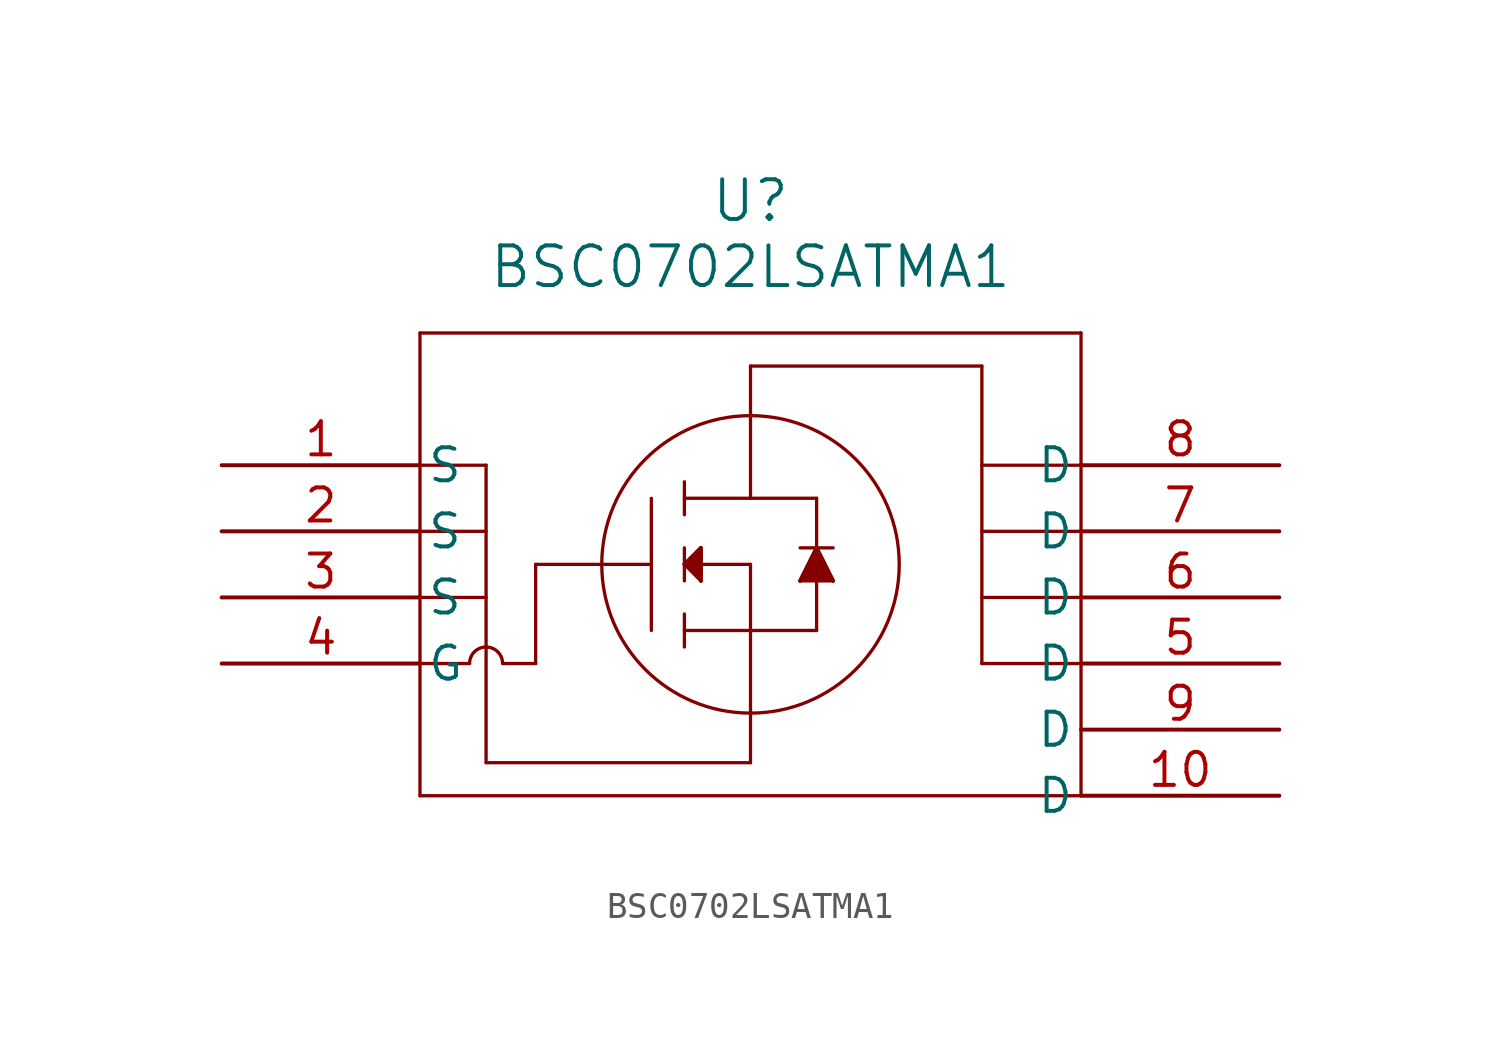
<source format=kicad_sym>
(kicad_symbol_lib
  (version 20220914)
  (generator kicad_symbol_editor)
  (symbol "BSC0702LSATMA1"
    (pin_names
      (offset 0.254))
    (property "Reference" "U"
      (at 20.32 10.16 0)
      (effects (font (size 1.524 1.524))))
    (property "Value" "BSC0702LSATMA1"
      (at 20.32 7.62 0)
      (effects (font (size 1.524 1.524))))
    (property "ki_locked" ""
      (at 0 0 0)
      (effects (font (size 1.27 1.27))))
    (symbol "BSC0702LSATMA1_0_1"
      (polyline (pts (xy 7.62 -12.7) (xy 33.02 -12.7)) (stroke (width 0.127) (type default)) (fill (type none)))
      (polyline (pts (xy 7.62 -7.62) (xy 9.525 -7.62)) (stroke (width 0.127) (type default)) (fill (type none)))
      (polyline (pts (xy 7.62 -5.08) (xy 10.16 -5.08)) (stroke (width 0.127) (type default)) (fill (type none)))
      (polyline (pts (xy 7.62 -2.54) (xy 10.16 -2.54)) (stroke (width 0.127) (type default)) (fill (type none)))
      (polyline (pts (xy 7.62 0) (xy 10.16 0)) (stroke (width 0.127) (type default)) (fill (type none)))
      (polyline (pts (xy 7.62 5.08) (xy 7.62 -12.7)) (stroke (width 0.127) (type default)) (fill (type none)))
      (polyline (pts (xy 10.16 -11.43) (xy 20.32 -11.43)) (stroke (width 0.127) (type default)) (fill (type none)))
      (polyline (pts (xy 10.16 0) (xy 10.16 -11.43)) (stroke (width 0.127) (type default)) (fill (type none)))
      (polyline (pts (xy 10.795 -7.62) (xy 12.065 -7.62)) (stroke (width 0.127) (type default)) (fill (type none)))
      (polyline (pts (xy 12.065 -7.62) (xy 12.065 -3.81)) (stroke (width 0.127) (type default)) (fill (type none)))
      (polyline (pts (xy 16.51 -3.81) (xy 12.065 -3.81)) (stroke (width 0.127) (type default)) (fill (type none)))
      (polyline (pts (xy 16.51 -1.27) (xy 16.51 -6.35)) (stroke (width 0.127) (type default)) (fill (type none)))
      (polyline (pts (xy 17.78 -6.35) (xy 22.86 -6.35)) (stroke (width 0.127) (type default)) (fill (type none)))
      (polyline (pts (xy 17.78 -5.715) (xy 17.78 -6.985)) (stroke (width 0.127) (type default)) (fill (type none)))
      (polyline (pts (xy 17.78 -3.81) (xy 18.415 -4.445)) (stroke (width 0.127) (type default)) (fill (type none)))
      (polyline (pts (xy 17.78 -3.81) (xy 18.415 -3.175)) (stroke (width 0.127) (type default)) (fill (type none)))
      (polyline (pts (xy 17.78 -3.175) (xy 17.78 -4.445)) (stroke (width 0.127) (type default)) (fill (type none)))
      (polyline (pts (xy 17.78 -1.27) (xy 22.86 -1.27)) (stroke (width 0.127) (type default)) (fill (type none)))
      (polyline (pts (xy 17.78 -0.635) (xy 17.78 -1.905)) (stroke (width 0.127) (type default)) (fill (type none)))
      (polyline (pts (xy 18.415 -3.175) (xy 18.415 -4.445)) (stroke (width 0.127) (type default)) (fill (type none)))
      (polyline (pts (xy 20.32 -3.81) (xy 17.78 -3.81)) (stroke (width 0.127) (type default)) (fill (type none)))
      (polyline (pts (xy 20.32 -3.81) (xy 20.32 -11.43)) (stroke (width 0.127) (type default)) (fill (type none)))
      (polyline (pts (xy 20.32 -1.27) (xy 20.32 3.81)) (stroke (width 0.127) (type default)) (fill (type none)))
      (polyline (pts (xy 22.225 -4.445) (xy 23.495 -4.445)) (stroke (width 0.127) (type default)) (fill (type none)))
      (polyline (pts (xy 22.225 -3.175) (xy 23.495 -3.175)) (stroke (width 0.127) (type default)) (fill (type none)))
      (polyline (pts (xy 22.86 -6.35) (xy 22.86 -1.27)) (stroke (width 0.127) (type default)) (fill (type none)))
      (polyline (pts (xy 22.86 -3.175) (xy 22.225 -4.445)) (stroke (width 0.127) (type default)) (fill (type none)))
      (polyline (pts (xy 23.495 -4.445) (xy 22.86 -3.175)) (stroke (width 0.127) (type default)) (fill (type none)))
      (polyline (pts (xy 29.21 -7.62) (xy 29.21 3.81)) (stroke (width 0.127) (type default)) (fill (type none)))
      (polyline (pts (xy 29.21 -5.08) (xy 33.02 -5.08)) (stroke (width 0.127) (type default)) (fill (type none)))
      (polyline (pts (xy 29.21 -2.54) (xy 33.02 -2.54)) (stroke (width 0.127) (type default)) (fill (type none)))
      (polyline (pts (xy 29.21 0) (xy 33.02 0)) (stroke (width 0.127) (type default)) (fill (type none)))
      (polyline (pts (xy 29.21 3.81) (xy 20.32 3.81)) (stroke (width 0.127) (type default)) (fill (type none)))
      (polyline (pts (xy 33.02 -12.7) (xy 33.02 5.08)) (stroke (width 0.127) (type default)) (fill (type none)))
      (polyline (pts (xy 33.02 -7.62) (xy 29.21 -7.62)) (stroke (width 0.127) (type default)) (fill (type none)))
      (polyline (pts (xy 33.02 5.08) (xy 7.62 5.08)) (stroke (width 0.127) (type default)) (fill (type none)))
      (polyline (pts (xy 17.78 -3.81) (xy 18.415 -3.175) (xy 18.415 -4.445)) (stroke (width 0) (type default)) (fill (type outline)))
      (polyline (pts (xy 22.225 -4.445) (xy 22.86 -3.175) (xy 23.495 -4.445)) (stroke (width 0) (type default)) (fill (type outline)))
      (arc (start 10.795 -7.62) (mid 10.16 -6.9877) (end 9.525 -7.62) (stroke (width 0.127) (type default)) (fill (type none)))
      (circle (center 20.32 -3.81) (radius 5.715) (stroke (width 0.127) (type default)) (fill (type none)))
      (pin unspecified line (at 0 0 0) (length 7.62) (name "S" (effects (font (size 1.27 1.27)))) (number "1" (effects (font (size 1.27 1.27)))))
      (pin unspecified line (at 0 -2.54 0) (length 7.62) (name "S" (effects (font (size 1.27 1.27)))) (number "2" (effects (font (size 1.27 1.27)))))
      (pin unspecified line (at 0 -5.08 0) (length 7.62) (name "S" (effects (font (size 1.27 1.27)))) (number "3" (effects (font (size 1.27 1.27)))))
      (pin unspecified line (at 0 -7.62 0) (length 7.62) (name "G" (effects (font (size 1.27 1.27)))) (number "4" (effects (font (size 1.27 1.27)))))
      (pin unspecified line (at 40.64 -7.62 180) (length 7.62) (name "D" (effects (font (size 1.27 1.27)))) (number "5" (effects (font (size 1.27 1.27)))))
      (pin unspecified line (at 40.64 -5.08 180) (length 7.62) (name "D" (effects (font (size 1.27 1.27)))) (number "6" (effects (font (size 1.27 1.27)))))
      (pin unspecified line (at 40.64 -2.54 180) (length 7.62) (name "D" (effects (font (size 1.27 1.27)))) (number "7" (effects (font (size 1.27 1.27)))))
      (pin unspecified line (at 40.64 0 180) (length 7.62) (name "D" (effects (font (size 1.27 1.27)))) (number "8" (effects (font (size 1.27 1.27))))))
    (symbol "BSC0702LSATMA1_1_1"
      (pin unspecified line (at 40.64 -12.7 180) (length 7.62) (name "D" (effects (font (size 1.27 1.27)))) (number "10" (effects (font (size 1.27 1.27)))))
      (pin unspecified line (at 40.64 -10.16 180) (length 7.62) (name "D" (effects (font (size 1.27 1.27)))) (number "9" (effects (font (size 1.27 1.27))))))))
</source>
